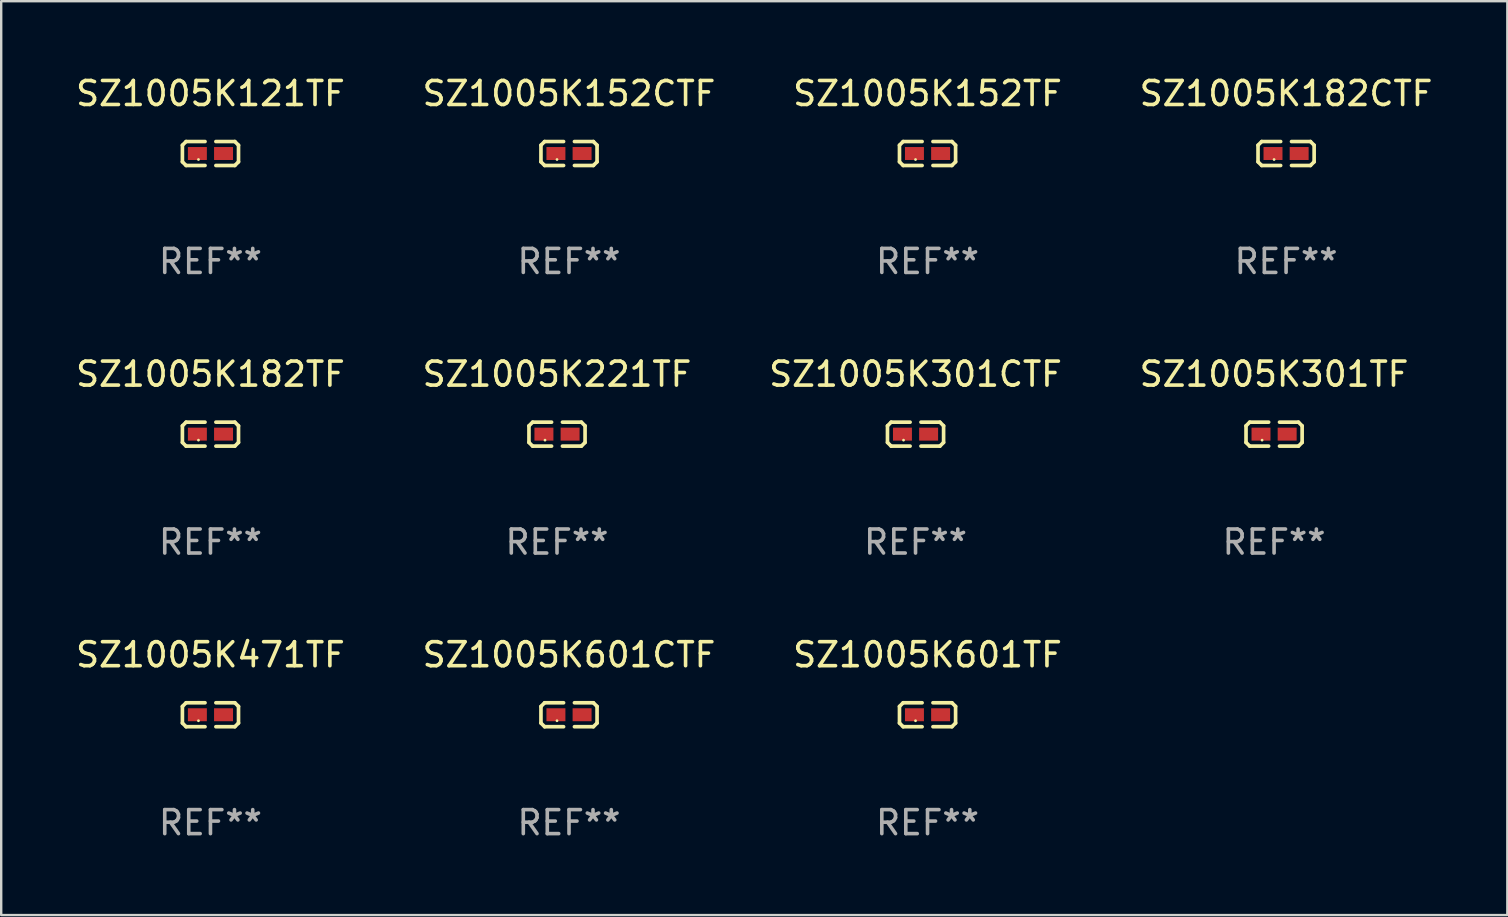
<source format=kicad_pcb>
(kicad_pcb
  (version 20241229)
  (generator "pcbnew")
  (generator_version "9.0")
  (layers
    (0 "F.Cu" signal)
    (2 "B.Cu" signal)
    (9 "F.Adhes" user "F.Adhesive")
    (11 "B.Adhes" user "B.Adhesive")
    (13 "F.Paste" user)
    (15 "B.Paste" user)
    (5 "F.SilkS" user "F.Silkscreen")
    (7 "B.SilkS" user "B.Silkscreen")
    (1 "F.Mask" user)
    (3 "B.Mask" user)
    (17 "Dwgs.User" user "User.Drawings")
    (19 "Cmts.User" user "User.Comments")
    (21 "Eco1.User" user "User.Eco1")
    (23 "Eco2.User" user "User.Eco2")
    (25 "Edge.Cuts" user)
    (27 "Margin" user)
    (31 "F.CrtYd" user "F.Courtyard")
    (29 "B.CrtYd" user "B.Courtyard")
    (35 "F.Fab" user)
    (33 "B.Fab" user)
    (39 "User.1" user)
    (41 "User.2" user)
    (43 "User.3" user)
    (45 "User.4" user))
  (footprint "SZ1005K601TF"
    (layer "F.Cu")
    (at 35.601 26.734)
    (property "Reference" "SZ1005K601TF" (at 0 -2.499 0) (layer "F.SilkS") (effects (font (size 1 1) (thickness 0.15))))
    (attr through_hole)
    (fp_line (start -1.169 -0.346) (end -1.016 -0.499) (stroke (width 0.152) (type solid)) (layer "F.SilkS"))
    (fp_line (start -1.169 0.346) (end -1.169 -0.346) (stroke (width 0.152) (type solid)) (layer "F.SilkS"))
    (fp_line (start -1.016 -0.499) (end -0.226 -0.499) (stroke (width 0.152) (type solid)) (layer "F.SilkS"))
    (fp_line (start -1.016 0.499) (end -1.169 0.346) (stroke (width 0.152) (type solid)) (layer "F.SilkS"))
    (fp_line (start -0.226 0.499) (end -1.016 0.499) (stroke (width 0.152) (type solid)) (layer "F.SilkS"))
    (fp_line (start 0.226 0.499) (end 1.016 0.499) (stroke (width 0.152) (type solid)) (layer "F.SilkS"))
    (fp_line (start 1.016 -0.499) (end 0.226 -0.499) (stroke (width 0.152) (type solid)) (layer "F.SilkS"))
    (fp_line (start 1.016 0.499) (end 1.169 0.346) (stroke (width 0.152) (type solid)) (layer "F.SilkS"))
    (fp_line (start 1.169 -0.346) (end 1.016 -0.499) (stroke (width 0.152) (type solid)) (layer "F.SilkS"))
    (fp_line (start 1.169 0.346) (end 1.169 -0.346) (stroke (width 0.152) (type solid)) (layer "F.SilkS"))
    (fp_circle (center -0.5 0.25) (end -0.47 0.25) (stroke (width 0.06) (type solid)) (fill no) (layer "F.SilkS"))
    (fp_text user "REF**" (at 0 4.499 0) (layer "F.Fab") (effects (font (size 1 1) (thickness 0.15))))
    (pad "1" smd rect (at -0.545 0) (size 0.79 0.54) (layers "F.Cu" "F.Mask" "F.Paste"))
    (pad "2" smd rect (at 0.545 0) (size 0.79 0.54) (layers "F.Cu" "F.Mask" "F.Paste")))
  (footprint "SZ1005K152TF"
    (layer "F.Cu")
    (at 35.601 3.347)
    (property "Reference" "SZ1005K152TF" (at 0 -2.499 0) (layer "F.SilkS") (effects (font (size 1 1) (thickness 0.15))))
    (attr through_hole)
    (fp_line (start -1.169 -0.346) (end -1.016 -0.499) (stroke (width 0.152) (type solid)) (layer "F.SilkS"))
    (fp_line (start -1.169 0.346) (end -1.169 -0.346) (stroke (width 0.152) (type solid)) (layer "F.SilkS"))
    (fp_line (start -1.016 -0.499) (end -0.226 -0.499) (stroke (width 0.152) (type solid)) (layer "F.SilkS"))
    (fp_line (start -1.016 0.499) (end -1.169 0.346) (stroke (width 0.152) (type solid)) (layer "F.SilkS"))
    (fp_line (start -0.226 0.499) (end -1.016 0.499) (stroke (width 0.152) (type solid)) (layer "F.SilkS"))
    (fp_line (start 0.226 0.499) (end 1.016 0.499) (stroke (width 0.152) (type solid)) (layer "F.SilkS"))
    (fp_line (start 1.016 -0.499) (end 0.226 -0.499) (stroke (width 0.152) (type solid)) (layer "F.SilkS"))
    (fp_line (start 1.016 0.499) (end 1.169 0.346) (stroke (width 0.152) (type solid)) (layer "F.SilkS"))
    (fp_line (start 1.169 -0.346) (end 1.016 -0.499) (stroke (width 0.152) (type solid)) (layer "F.SilkS"))
    (fp_line (start 1.169 0.346) (end 1.169 -0.346) (stroke (width 0.152) (type solid)) (layer "F.SilkS"))
    (fp_circle (center -0.5 0.25) (end -0.47 0.25) (stroke (width 0.06) (type solid)) (fill no) (layer "F.SilkS"))
    (fp_text user "REF**" (at 0 4.499 0) (layer "F.Fab") (effects (font (size 1 1) (thickness 0.15))))
    (pad "1" smd rect (at -0.545 0) (size 0.79 0.54) (layers "F.Cu" "F.Mask" "F.Paste"))
    (pad "2" smd rect (at 0.545 0) (size 0.79 0.54) (layers "F.Cu" "F.Mask" "F.Paste")))
  (footprint "SZ1005K301CTF"
    (layer "F.Cu")
    (at 35.101 15.041)
    (property "Reference" "SZ1005K301CTF" (at 0 -2.499 0) (layer "F.SilkS") (effects (font (size 1 1) (thickness 0.15))))
    (attr through_hole)
    (fp_line (start -1.169 -0.346) (end -1.016 -0.499) (stroke (width 0.152) (type solid)) (layer "F.SilkS"))
    (fp_line (start -1.169 0.346) (end -1.169 -0.346) (stroke (width 0.152) (type solid)) (layer "F.SilkS"))
    (fp_line (start -1.016 -0.499) (end -0.226 -0.499) (stroke (width 0.152) (type solid)) (layer "F.SilkS"))
    (fp_line (start -1.016 0.499) (end -1.169 0.346) (stroke (width 0.152) (type solid)) (layer "F.SilkS"))
    (fp_line (start -0.226 0.499) (end -1.016 0.499) (stroke (width 0.152) (type solid)) (layer "F.SilkS"))
    (fp_line (start 0.226 0.499) (end 1.016 0.499) (stroke (width 0.152) (type solid)) (layer "F.SilkS"))
    (fp_line (start 1.016 -0.499) (end 0.226 -0.499) (stroke (width 0.152) (type solid)) (layer "F.SilkS"))
    (fp_line (start 1.016 0.499) (end 1.169 0.346) (stroke (width 0.152) (type solid)) (layer "F.SilkS"))
    (fp_line (start 1.169 -0.346) (end 1.016 -0.499) (stroke (width 0.152) (type solid)) (layer "F.SilkS"))
    (fp_line (start 1.169 0.346) (end 1.169 -0.346) (stroke (width 0.152) (type solid)) (layer "F.SilkS"))
    (fp_circle (center -0.5 0.25) (end -0.47 0.25) (stroke (width 0.06) (type solid)) (fill no) (layer "F.SilkS"))
    (fp_text user "REF**" (at 0 4.499 0) (layer "F.Fab") (effects (font (size 1 1) (thickness 0.15))))
    (pad "1" smd rect (at -0.545 0) (size 0.79 0.54) (layers "F.Cu" "F.Mask" "F.Paste"))
    (pad "2" smd rect (at 0.545 0) (size 0.79 0.54) (layers "F.Cu" "F.Mask" "F.Paste")))
  (footprint "SZ1005K471TF"
    (layer "F.Cu")
    (at 5.72 26.734)
    (property "Reference" "SZ1005K471TF" (at 0 -2.499 0) (layer "F.SilkS") (effects (font (size 1 1) (thickness 0.15))))
    (attr through_hole)
    (fp_line (start -1.169 -0.346) (end -1.016 -0.499) (stroke (width 0.152) (type solid)) (layer "F.SilkS"))
    (fp_line (start -1.169 0.346) (end -1.169 -0.346) (stroke (width 0.152) (type solid)) (layer "F.SilkS"))
    (fp_line (start -1.016 -0.499) (end -0.226 -0.499) (stroke (width 0.152) (type solid)) (layer "F.SilkS"))
    (fp_line (start -1.016 0.499) (end -1.169 0.346) (stroke (width 0.152) (type solid)) (layer "F.SilkS"))
    (fp_line (start -0.226 0.499) (end -1.016 0.499) (stroke (width 0.152) (type solid)) (layer "F.SilkS"))
    (fp_line (start 0.226 0.499) (end 1.016 0.499) (stroke (width 0.152) (type solid)) (layer "F.SilkS"))
    (fp_line (start 1.016 -0.499) (end 0.226 -0.499) (stroke (width 0.152) (type solid)) (layer "F.SilkS"))
    (fp_line (start 1.016 0.499) (end 1.169 0.346) (stroke (width 0.152) (type solid)) (layer "F.SilkS"))
    (fp_line (start 1.169 -0.346) (end 1.016 -0.499) (stroke (width 0.152) (type solid)) (layer "F.SilkS"))
    (fp_line (start 1.169 0.346) (end 1.169 -0.346) (stroke (width 0.152) (type solid)) (layer "F.SilkS"))
    (fp_circle (center -0.5 0.25) (end -0.47 0.25) (stroke (width 0.06) (type solid)) (fill no) (layer "F.SilkS"))
    (fp_text user "REF**" (at 0 4.499 0) (layer "F.Fab") (effects (font (size 1 1) (thickness 0.15))))
    (pad "1" smd rect (at -0.545 0) (size 0.79 0.54) (layers "F.Cu" "F.Mask" "F.Paste"))
    (pad "2" smd rect (at 0.545 0) (size 0.79 0.54) (layers "F.Cu" "F.Mask" "F.Paste")))
  (footprint "SZ1005K152CTF"
    (layer "F.Cu")
    (at 20.661 3.347)
    (property "Reference" "SZ1005K152CTF" (at 0 -2.499 0) (layer "F.SilkS") (effects (font (size 1 1) (thickness 0.15))))
    (attr through_hole)
    (fp_line (start -1.169 -0.346) (end -1.016 -0.499) (stroke (width 0.152) (type solid)) (layer "F.SilkS"))
    (fp_line (start -1.169 0.346) (end -1.169 -0.346) (stroke (width 0.152) (type solid)) (layer "F.SilkS"))
    (fp_line (start -1.016 -0.499) (end -0.226 -0.499) (stroke (width 0.152) (type solid)) (layer "F.SilkS"))
    (fp_line (start -1.016 0.499) (end -1.169 0.346) (stroke (width 0.152) (type solid)) (layer "F.SilkS"))
    (fp_line (start -0.226 0.499) (end -1.016 0.499) (stroke (width 0.152) (type solid)) (layer "F.SilkS"))
    (fp_line (start 0.226 0.499) (end 1.016 0.499) (stroke (width 0.152) (type solid)) (layer "F.SilkS"))
    (fp_line (start 1.016 -0.499) (end 0.226 -0.499) (stroke (width 0.152) (type solid)) (layer "F.SilkS"))
    (fp_line (start 1.016 0.499) (end 1.169 0.346) (stroke (width 0.152) (type solid)) (layer "F.SilkS"))
    (fp_line (start 1.169 -0.346) (end 1.016 -0.499) (stroke (width 0.152) (type solid)) (layer "F.SilkS"))
    (fp_line (start 1.169 0.346) (end 1.169 -0.346) (stroke (width 0.152) (type solid)) (layer "F.SilkS"))
    (fp_circle (center -0.5 0.25) (end -0.47 0.25) (stroke (width 0.06) (type solid)) (fill no) (layer "F.SilkS"))
    (fp_text user "REF**" (at 0 4.499 0) (layer "F.Fab") (effects (font (size 1 1) (thickness 0.15))))
    (pad "1" smd rect (at -0.545 0) (size 0.79 0.54) (layers "F.Cu" "F.Mask" "F.Paste"))
    (pad "2" smd rect (at 0.545 0) (size 0.79 0.54) (layers "F.Cu" "F.Mask" "F.Paste")))
  (footprint "SZ1005K221TF"
    (layer "F.Cu")
    (at 20.161 15.041)
    (property "Reference" "SZ1005K221TF" (at 0 -2.499 0) (layer "F.SilkS") (effects (font (size 1 1) (thickness 0.15))))
    (attr through_hole)
    (fp_line (start -1.169 -0.346) (end -1.016 -0.499) (stroke (width 0.152) (type solid)) (layer "F.SilkS"))
    (fp_line (start -1.169 0.346) (end -1.169 -0.346) (stroke (width 0.152) (type solid)) (layer "F.SilkS"))
    (fp_line (start -1.016 -0.499) (end -0.226 -0.499) (stroke (width 0.152) (type solid)) (layer "F.SilkS"))
    (fp_line (start -1.016 0.499) (end -1.169 0.346) (stroke (width 0.152) (type solid)) (layer "F.SilkS"))
    (fp_line (start -0.226 0.499) (end -1.016 0.499) (stroke (width 0.152) (type solid)) (layer "F.SilkS"))
    (fp_line (start 0.226 0.499) (end 1.016 0.499) (stroke (width 0.152) (type solid)) (layer "F.SilkS"))
    (fp_line (start 1.016 -0.499) (end 0.226 -0.499) (stroke (width 0.152) (type solid)) (layer "F.SilkS"))
    (fp_line (start 1.016 0.499) (end 1.169 0.346) (stroke (width 0.152) (type solid)) (layer "F.SilkS"))
    (fp_line (start 1.169 -0.346) (end 1.016 -0.499) (stroke (width 0.152) (type solid)) (layer "F.SilkS"))
    (fp_line (start 1.169 0.346) (end 1.169 -0.346) (stroke (width 0.152) (type solid)) (layer "F.SilkS"))
    (fp_circle (center -0.5 0.25) (end -0.47 0.25) (stroke (width 0.06) (type solid)) (fill no) (layer "F.SilkS"))
    (fp_text user "REF**" (at 0 4.499 0) (layer "F.Fab") (effects (font (size 1 1) (thickness 0.15))))
    (pad "1" smd rect (at -0.545 0) (size 0.79 0.54) (layers "F.Cu" "F.Mask" "F.Paste"))
    (pad "2" smd rect (at 0.545 0) (size 0.79 0.54) (layers "F.Cu" "F.Mask" "F.Paste")))
  (footprint "SZ1005K182CTF"
    (layer "F.Cu")
    (at 50.542 3.347)
    (property "Reference" "SZ1005K182CTF" (at 0 -2.499 0) (layer "F.SilkS") (effects (font (size 1 1) (thickness 0.15))))
    (attr through_hole)
    (fp_line (start -1.169 -0.346) (end -1.016 -0.499) (stroke (width 0.152) (type solid)) (layer "F.SilkS"))
    (fp_line (start -1.169 0.346) (end -1.169 -0.346) (stroke (width 0.152) (type solid)) (layer "F.SilkS"))
    (fp_line (start -1.016 -0.499) (end -0.226 -0.499) (stroke (width 0.152) (type solid)) (layer "F.SilkS"))
    (fp_line (start -1.016 0.499) (end -1.169 0.346) (stroke (width 0.152) (type solid)) (layer "F.SilkS"))
    (fp_line (start -0.226 0.499) (end -1.016 0.499) (stroke (width 0.152) (type solid)) (layer "F.SilkS"))
    (fp_line (start 0.226 0.499) (end 1.016 0.499) (stroke (width 0.152) (type solid)) (layer "F.SilkS"))
    (fp_line (start 1.016 -0.499) (end 0.226 -0.499) (stroke (width 0.152) (type solid)) (layer "F.SilkS"))
    (fp_line (start 1.016 0.499) (end 1.169 0.346) (stroke (width 0.152) (type solid)) (layer "F.SilkS"))
    (fp_line (start 1.169 -0.346) (end 1.016 -0.499) (stroke (width 0.152) (type solid)) (layer "F.SilkS"))
    (fp_line (start 1.169 0.346) (end 1.169 -0.346) (stroke (width 0.152) (type solid)) (layer "F.SilkS"))
    (fp_circle (center -0.5 0.25) (end -0.47 0.25) (stroke (width 0.06) (type solid)) (fill no) (layer "F.SilkS"))
    (fp_text user "REF**" (at 0 4.499 0) (layer "F.Fab") (effects (font (size 1 1) (thickness 0.15))))
    (pad "1" smd rect (at -0.545 0) (size 0.79 0.54) (layers "F.Cu" "F.Mask" "F.Paste"))
    (pad "2" smd rect (at 0.545 0) (size 0.79 0.54) (layers "F.Cu" "F.Mask" "F.Paste")))
  (footprint "SZ1005K182TF"
    (layer "F.Cu")
    (at 5.72 15.041)
    (property "Reference" "SZ1005K182TF" (at 0 -2.499 0) (layer "F.SilkS") (effects (font (size 1 1) (thickness 0.15))))
    (attr through_hole)
    (fp_line (start -1.169 -0.346) (end -1.016 -0.499) (stroke (width 0.152) (type solid)) (layer "F.SilkS"))
    (fp_line (start -1.169 0.346) (end -1.169 -0.346) (stroke (width 0.152) (type solid)) (layer "F.SilkS"))
    (fp_line (start -1.016 -0.499) (end -0.226 -0.499) (stroke (width 0.152) (type solid)) (layer "F.SilkS"))
    (fp_line (start -1.016 0.499) (end -1.169 0.346) (stroke (width 0.152) (type solid)) (layer "F.SilkS"))
    (fp_line (start -0.226 0.499) (end -1.016 0.499) (stroke (width 0.152) (type solid)) (layer "F.SilkS"))
    (fp_line (start 0.226 0.499) (end 1.016 0.499) (stroke (width 0.152) (type solid)) (layer "F.SilkS"))
    (fp_line (start 1.016 -0.499) (end 0.226 -0.499) (stroke (width 0.152) (type solid)) (layer "F.SilkS"))
    (fp_line (start 1.016 0.499) (end 1.169 0.346) (stroke (width 0.152) (type solid)) (layer "F.SilkS"))
    (fp_line (start 1.169 -0.346) (end 1.016 -0.499) (stroke (width 0.152) (type solid)) (layer "F.SilkS"))
    (fp_line (start 1.169 0.346) (end 1.169 -0.346) (stroke (width 0.152) (type solid)) (layer "F.SilkS"))
    (fp_circle (center -0.5 0.25) (end -0.47 0.25) (stroke (width 0.06) (type solid)) (fill no) (layer "F.SilkS"))
    (fp_text user "REF**" (at 0 4.499 0) (layer "F.Fab") (effects (font (size 1 1) (thickness 0.15))))
    (pad "1" smd rect (at -0.545 0) (size 0.79 0.54) (layers "F.Cu" "F.Mask" "F.Paste"))
    (pad "2" smd rect (at 0.545 0) (size 0.79 0.54) (layers "F.Cu" "F.Mask" "F.Paste")))
  (footprint "SZ1005K301TF"
    (layer "F.Cu")
    (at 50.042 15.041)
    (property "Reference" "SZ1005K301TF" (at 0 -2.499 0) (layer "F.SilkS") (effects (font (size 1 1) (thickness 0.15))))
    (attr through_hole)
    (fp_line (start -1.169 -0.346) (end -1.016 -0.499) (stroke (width 0.152) (type solid)) (layer "F.SilkS"))
    (fp_line (start -1.169 0.346) (end -1.169 -0.346) (stroke (width 0.152) (type solid)) (layer "F.SilkS"))
    (fp_line (start -1.016 -0.499) (end -0.226 -0.499) (stroke (width 0.152) (type solid)) (layer "F.SilkS"))
    (fp_line (start -1.016 0.499) (end -1.169 0.346) (stroke (width 0.152) (type solid)) (layer "F.SilkS"))
    (fp_line (start -0.226 0.499) (end -1.016 0.499) (stroke (width 0.152) (type solid)) (layer "F.SilkS"))
    (fp_line (start 0.226 0.499) (end 1.016 0.499) (stroke (width 0.152) (type solid)) (layer "F.SilkS"))
    (fp_line (start 1.016 -0.499) (end 0.226 -0.499) (stroke (width 0.152) (type solid)) (layer "F.SilkS"))
    (fp_line (start 1.016 0.499) (end 1.169 0.346) (stroke (width 0.152) (type solid)) (layer "F.SilkS"))
    (fp_line (start 1.169 -0.346) (end 1.016 -0.499) (stroke (width 0.152) (type solid)) (layer "F.SilkS"))
    (fp_line (start 1.169 0.346) (end 1.169 -0.346) (stroke (width 0.152) (type solid)) (layer "F.SilkS"))
    (fp_circle (center -0.5 0.25) (end -0.47 0.25) (stroke (width 0.06) (type solid)) (fill no) (layer "F.SilkS"))
    (fp_text user "REF**" (at 0 4.499 0) (layer "F.Fab") (effects (font (size 1 1) (thickness 0.15))))
    (pad "1" smd rect (at -0.545 0) (size 0.79 0.54) (layers "F.Cu" "F.Mask" "F.Paste"))
    (pad "2" smd rect (at 0.545 0) (size 0.79 0.54) (layers "F.Cu" "F.Mask" "F.Paste")))
  (footprint "SZ1005K121TF"
    (layer "F.Cu")
    (at 5.72 3.347)
    (property "Reference" "SZ1005K121TF" (at 0 -2.499 0) (layer "F.SilkS") (effects (font (size 1 1) (thickness 0.15))))
    (attr through_hole)
    (fp_line (start -1.169 -0.346) (end -1.016 -0.499) (stroke (width 0.152) (type solid)) (layer "F.SilkS"))
    (fp_line (start -1.169 0.346) (end -1.169 -0.346) (stroke (width 0.152) (type solid)) (layer "F.SilkS"))
    (fp_line (start -1.016 -0.499) (end -0.226 -0.499) (stroke (width 0.152) (type solid)) (layer "F.SilkS"))
    (fp_line (start -1.016 0.499) (end -1.169 0.346) (stroke (width 0.152) (type solid)) (layer "F.SilkS"))
    (fp_line (start -0.226 0.499) (end -1.016 0.499) (stroke (width 0.152) (type solid)) (layer "F.SilkS"))
    (fp_line (start 0.226 0.499) (end 1.016 0.499) (stroke (width 0.152) (type solid)) (layer "F.SilkS"))
    (fp_line (start 1.016 -0.499) (end 0.226 -0.499) (stroke (width 0.152) (type solid)) (layer "F.SilkS"))
    (fp_line (start 1.016 0.499) (end 1.169 0.346) (stroke (width 0.152) (type solid)) (layer "F.SilkS"))
    (fp_line (start 1.169 -0.346) (end 1.016 -0.499) (stroke (width 0.152) (type solid)) (layer "F.SilkS"))
    (fp_line (start 1.169 0.346) (end 1.169 -0.346) (stroke (width 0.152) (type solid)) (layer "F.SilkS"))
    (fp_circle (center -0.5 0.25) (end -0.47 0.25) (stroke (width 0.06) (type solid)) (fill no) (layer "F.SilkS"))
    (fp_text user "REF**" (at 0 4.499 0) (layer "F.Fab") (effects (font (size 1 1) (thickness 0.15))))
    (pad "1" smd rect (at -0.545 0) (size 0.79 0.54) (layers "F.Cu" "F.Mask" "F.Paste"))
    (pad "2" smd rect (at 0.545 0) (size 0.79 0.54) (layers "F.Cu" "F.Mask" "F.Paste")))
  (footprint "SZ1005K601CTF"
    (layer "F.Cu")
    (at 20.661 26.734)
    (property "Reference" "SZ1005K601CTF" (at 0 -2.499 0) (layer "F.SilkS") (effects (font (size 1 1) (thickness 0.15))))
    (attr through_hole)
    (fp_line (start -1.169 -0.346) (end -1.016 -0.499) (stroke (width 0.152) (type solid)) (layer "F.SilkS"))
    (fp_line (start -1.169 0.346) (end -1.169 -0.346) (stroke (width 0.152) (type solid)) (layer "F.SilkS"))
    (fp_line (start -1.016 -0.499) (end -0.226 -0.499) (stroke (width 0.152) (type solid)) (layer "F.SilkS"))
    (fp_line (start -1.016 0.499) (end -1.169 0.346) (stroke (width 0.152) (type solid)) (layer "F.SilkS"))
    (fp_line (start -0.226 0.499) (end -1.016 0.499) (stroke (width 0.152) (type solid)) (layer "F.SilkS"))
    (fp_line (start 0.226 0.499) (end 1.016 0.499) (stroke (width 0.152) (type solid)) (layer "F.SilkS"))
    (fp_line (start 1.016 -0.499) (end 0.226 -0.499) (stroke (width 0.152) (type solid)) (layer "F.SilkS"))
    (fp_line (start 1.016 0.499) (end 1.169 0.346) (stroke (width 0.152) (type solid)) (layer "F.SilkS"))
    (fp_line (start 1.169 -0.346) (end 1.016 -0.499) (stroke (width 0.152) (type solid)) (layer "F.SilkS"))
    (fp_line (start 1.169 0.346) (end 1.169 -0.346) (stroke (width 0.152) (type solid)) (layer "F.SilkS"))
    (fp_circle (center -0.5 0.25) (end -0.47 0.25) (stroke (width 0.06) (type solid)) (fill no) (layer "F.SilkS"))
    (fp_text user "REF**" (at 0 4.499 0) (layer "F.Fab") (effects (font (size 1 1) (thickness 0.15))))
    (pad "1" smd rect (at -0.545 0) (size 0.79 0.54) (layers "F.Cu" "F.Mask" "F.Paste"))
    (pad "2" smd rect (at 0.545 0) (size 0.79 0.54) (layers "F.Cu" "F.Mask" "F.Paste")))
  (gr_rect
    (start -3 -3)
    (end 59.762 35.081)
    (stroke (width 0.1) (type default))
    (fill no)
    (layer "Edge.Cuts")))
</source>
